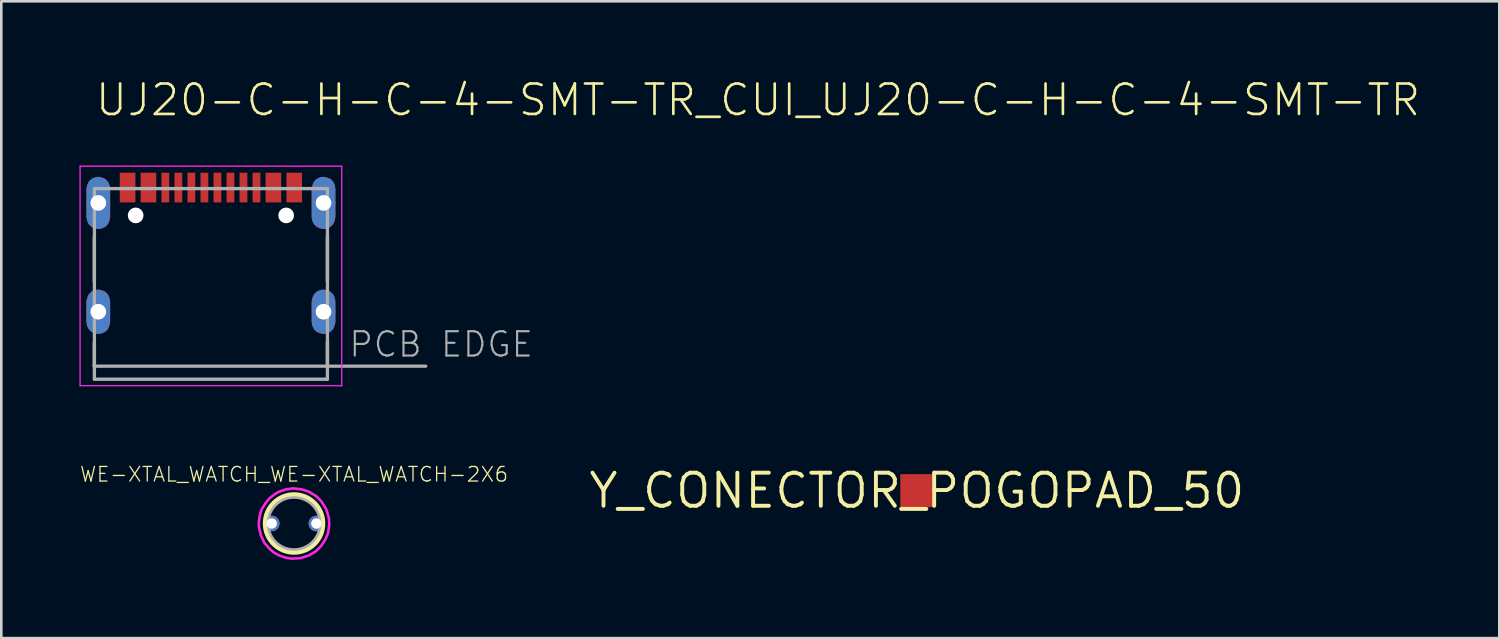
<source format=kicad_pcb>
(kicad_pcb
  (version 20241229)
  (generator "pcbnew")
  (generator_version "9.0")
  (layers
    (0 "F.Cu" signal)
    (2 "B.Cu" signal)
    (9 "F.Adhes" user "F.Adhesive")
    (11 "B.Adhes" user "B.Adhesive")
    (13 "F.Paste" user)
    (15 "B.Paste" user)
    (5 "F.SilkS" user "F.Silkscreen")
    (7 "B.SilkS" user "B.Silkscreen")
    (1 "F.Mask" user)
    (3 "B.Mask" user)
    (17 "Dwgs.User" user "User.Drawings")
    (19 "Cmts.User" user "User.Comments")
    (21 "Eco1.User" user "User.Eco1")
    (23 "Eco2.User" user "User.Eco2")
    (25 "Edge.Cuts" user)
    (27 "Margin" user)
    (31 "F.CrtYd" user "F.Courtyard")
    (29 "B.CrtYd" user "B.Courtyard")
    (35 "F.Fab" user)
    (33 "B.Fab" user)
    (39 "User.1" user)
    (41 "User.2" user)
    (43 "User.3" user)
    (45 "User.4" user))
  (footprint "UJ20-C-H-C-4-SMT-TR_CUI_UJ20-C-H-C-4-SMT-TR"
    (layer "F.Cu")
    (at 5.05 7.913)
    (property "Reference" "UJ20-C-H-C-4-SMT-TR_CUI_UJ20-C-H-C-4-SMT-TR" (at -4.5 -6.44 0) (unlocked yes) (layer "F.SilkS") (effects (font (size 1.168 1.168) (thickness 0.102)) (justify left bottom)))
    (fp_poly (pts (xy -4.184 -4.153) (xy -4.058 -4.088) (xy -3.957 -3.987) (xy -3.87 -3.721) (xy -3.87 -2.62) (xy -3.892 -2.479) (xy -3.957 -2.353) (xy -4.058 -2.252) (xy -4.325 -2.165) (xy -4.466 -2.187) (xy -4.592 -2.252) (xy -4.693 -2.353) (xy -4.78 -2.619) (xy -4.78 -3.72) (xy -4.758 -3.861) (xy -4.693 -3.987) (xy -4.592 -4.088) (xy -4.325 -4.175)) (stroke (width 0) (type default)) (fill yes) (layer "F.Cu"))
    (fp_poly (pts (xy -4.184 0.177) (xy -4.058 0.242) (xy -3.957 0.343) (xy -3.87 0.609) (xy -3.87 1.41) (xy -3.892 1.551) (xy -3.957 1.677) (xy -4.058 1.778) (xy -4.325 1.865) (xy -4.466 1.843) (xy -4.592 1.778) (xy -4.693 1.677) (xy -4.78 1.411) (xy -4.78 0.61) (xy -4.758 0.469) (xy -4.693 0.343) (xy -4.592 0.242) (xy -4.325 0.155)) (stroke (width 0) (type default)) (fill yes) (layer "F.Cu"))
    (fp_poly (pts (xy 4.466 -4.153) (xy 4.592 -4.088) (xy 4.693 -3.987) (xy 4.78 -3.721) (xy 4.78 -2.62) (xy 4.758 -2.479) (xy 4.693 -2.353) (xy 4.592 -2.252) (xy 4.325 -2.165) (xy 4.184 -2.187) (xy 4.058 -2.252) (xy 3.957 -2.353) (xy 3.87 -2.619) (xy 3.87 -3.72) (xy 3.892 -3.861) (xy 3.957 -3.987) (xy 4.058 -4.088) (xy 4.325 -4.175)) (stroke (width 0) (type default)) (fill yes) (layer "F.Cu"))
    (fp_poly (pts (xy 4.466 0.177) (xy 4.592 0.242) (xy 4.693 0.343) (xy 4.78 0.609) (xy 4.78 1.41) (xy 4.758 1.551) (xy 4.693 1.677) (xy 4.592 1.778) (xy 4.325 1.865) (xy 4.184 1.843) (xy 4.058 1.778) (xy 3.957 1.677) (xy 3.87 1.411) (xy 3.87 0.61) (xy 3.892 0.469) (xy 3.957 0.343) (xy 4.058 0.242) (xy 4.325 0.155)) (stroke (width 0) (type default)) (fill yes) (layer "F.Cu"))
    (fp_poly (pts (xy -3.55 -3.14) (xy -2.85 -3.14) (xy -2.85 -4.38) (xy -3.55 -4.38)) (stroke (width 0) (type default)) (fill yes) (layer "F.Mask"))
    (fp_poly (pts (xy -2.75 -3.14) (xy -2.05 -3.14) (xy -2.05 -4.38) (xy -2.75 -4.38)) (stroke (width 0) (type default)) (fill yes) (layer "F.Mask"))
    (fp_poly (pts (xy -1.95 -3.14) (xy -1.55 -3.14) (xy -1.55 -4.38) (xy -1.95 -4.38)) (stroke (width 0) (type default)) (fill yes) (layer "F.Mask"))
    (fp_poly (pts (xy -1.45 -3.14) (xy -1.05 -3.14) (xy -1.05 -4.38) (xy -1.45 -4.38)) (stroke (width 0) (type default)) (fill yes) (layer "F.Mask"))
    (fp_poly (pts (xy -0.95 -3.14) (xy -0.55 -3.14) (xy -0.55 -4.38) (xy -0.95 -4.38)) (stroke (width 0) (type default)) (fill yes) (layer "F.Mask"))
    (fp_poly (pts (xy -0.45 -3.14) (xy -0.05 -3.14) (xy -0.05 -4.38) (xy -0.45 -4.38)) (stroke (width 0) (type default)) (fill yes) (layer "F.Mask"))
    (fp_poly (pts (xy 0.05 -3.14) (xy 0.45 -3.14) (xy 0.45 -4.38) (xy 0.05 -4.38)) (stroke (width 0) (type default)) (fill yes) (layer "F.Mask"))
    (fp_poly (pts (xy 0.55 -3.14) (xy 0.95 -3.14) (xy 0.95 -4.38) (xy 0.55 -4.38)) (stroke (width 0) (type default)) (fill yes) (layer "F.Mask"))
    (fp_poly (pts (xy 1.05 -3.14) (xy 1.45 -3.14) (xy 1.45 -4.38) (xy 1.05 -4.38)) (stroke (width 0) (type default)) (fill yes) (layer "F.Mask"))
    (fp_poly (pts (xy 1.55 -3.14) (xy 1.95 -3.14) (xy 1.95 -4.38) (xy 1.55 -4.38)) (stroke (width 0) (type default)) (fill yes) (layer "F.Mask"))
    (fp_poly (pts (xy 2.05 -3.14) (xy 2.75 -3.14) (xy 2.75 -4.38) (xy 2.05 -4.38)) (stroke (width 0) (type default)) (fill yes) (layer "F.Mask"))
    (fp_poly (pts (xy 2.85 -3.14) (xy 3.55 -3.14) (xy 3.55 -4.38) (xy 2.85 -4.38)) (stroke (width 0) (type default)) (fill yes) (layer "F.Mask"))
    (fp_poly (pts (xy -4.181 -4.256) (xy -4.047 -4.201) (xy -3.933 -4.112) (xy -3.844 -3.998) (xy -3.789 -3.864) (xy -3.77 -3.72) (xy -3.77 -2.62) (xy -3.789 -2.476) (xy -3.844 -2.342) (xy -3.933 -2.228) (xy -4.047 -2.139) (xy -4.181 -2.084) (xy -4.325 -2.065) (xy -4.469 -2.084) (xy -4.603 -2.139) (xy -4.717 -2.228) (xy -4.806 -2.343) (xy -4.88 -2.619) (xy -4.88 -3.72) (xy -4.861 -3.864) (xy -4.806 -3.998) (xy -4.717 -4.112) (xy -4.602 -4.201) (xy -4.325 -4.275)) (stroke (width 0) (type default)) (fill yes) (layer "F.Mask"))
    (fp_poly (pts (xy -4.181 0.074) (xy -4.047 0.129) (xy -3.933 0.218) (xy -3.844 0.332) (xy -3.789 0.466) (xy -3.77 0.61) (xy -3.77 1.41) (xy -3.789 1.554) (xy -3.844 1.688) (xy -3.933 1.802) (xy -4.047 1.891) (xy -4.181 1.946) (xy -4.325 1.965) (xy -4.469 1.946) (xy -4.603 1.891) (xy -4.717 1.802) (xy -4.806 1.687) (xy -4.88 1.411) (xy -4.88 0.61) (xy -4.861 0.466) (xy -4.806 0.332) (xy -4.717 0.218) (xy -4.602 0.129) (xy -4.325 0.055)) (stroke (width 0) (type default)) (fill yes) (layer "F.Mask"))
    (fp_poly (pts (xy 4.469 -4.256) (xy 4.603 -4.201) (xy 4.717 -4.112) (xy 4.806 -3.998) (xy 4.861 -3.864) (xy 4.88 -3.72) (xy 4.88 -2.62) (xy 4.861 -2.476) (xy 4.806 -2.342) (xy 4.717 -2.228) (xy 4.603 -2.139) (xy 4.469 -2.084) (xy 4.325 -2.065) (xy 4.181 -2.084) (xy 4.047 -2.139) (xy 3.933 -2.228) (xy 3.844 -2.343) (xy 3.77 -2.619) (xy 3.77 -3.72) (xy 3.789 -3.864) (xy 3.844 -3.998) (xy 3.933 -4.112) (xy 4.048 -4.201) (xy 4.325 -4.275)) (stroke (width 0) (type default)) (fill yes) (layer "F.Mask"))
    (fp_poly (pts (xy 4.469 0.074) (xy 4.603 0.129) (xy 4.717 0.218) (xy 4.806 0.332) (xy 4.861 0.466) (xy 4.88 0.61) (xy 4.88 1.41) (xy 4.861 1.554) (xy 4.806 1.688) (xy 4.717 1.802) (xy 4.603 1.891) (xy 4.469 1.946) (xy 4.325 1.965) (xy 4.181 1.946) (xy 4.047 1.891) (xy 3.933 1.802) (xy 3.844 1.687) (xy 3.77 1.411) (xy 3.77 0.61) (xy 3.789 0.466) (xy 3.844 0.332) (xy 3.933 0.218) (xy 4.048 0.129) (xy 4.325 0.055)) (stroke (width 0) (type default)) (fill yes) (layer "F.Mask"))
    (fp_poly (pts (xy -4.058 -4.088) (xy -3.957 -3.987) (xy -3.892 -3.861) (xy -3.87 -3.72) (xy -3.87 -2.619) (xy -3.957 -2.353) (xy -4.058 -2.252) (xy -4.184 -2.187) (xy -4.325 -2.165) (xy -4.592 -2.252) (xy -4.693 -2.353) (xy -4.758 -2.479) (xy -4.78 -2.62) (xy -4.78 -3.721) (xy -4.693 -3.987) (xy -4.592 -4.088) (xy -4.466 -4.153) (xy -4.325 -4.175)) (stroke (width 0) (type default)) (fill yes) (layer "B.Cu"))
    (fp_poly (pts (xy -4.058 0.242) (xy -3.957 0.343) (xy -3.892 0.469) (xy -3.87 0.61) (xy -3.87 1.411) (xy -3.957 1.677) (xy -4.058 1.778) (xy -4.184 1.843) (xy -4.325 1.865) (xy -4.592 1.778) (xy -4.693 1.677) (xy -4.758 1.551) (xy -4.78 1.41) (xy -4.78 0.609) (xy -4.693 0.343) (xy -4.592 0.242) (xy -4.466 0.177) (xy -4.325 0.155)) (stroke (width 0) (type default)) (fill yes) (layer "B.Cu"))
    (fp_poly (pts (xy 4.592 -4.088) (xy 4.693 -3.987) (xy 4.758 -3.861) (xy 4.78 -3.72) (xy 4.78 -2.619) (xy 4.693 -2.353) (xy 4.592 -2.252) (xy 4.466 -2.187) (xy 4.325 -2.165) (xy 4.058 -2.252) (xy 3.957 -2.353) (xy 3.892 -2.479) (xy 3.87 -2.62) (xy 3.87 -3.721) (xy 3.957 -3.987) (xy 4.058 -4.088) (xy 4.184 -4.153) (xy 4.325 -4.175)) (stroke (width 0) (type default)) (fill yes) (layer "B.Cu"))
    (fp_poly (pts (xy 4.592 0.242) (xy 4.693 0.343) (xy 4.758 0.469) (xy 4.78 0.61) (xy 4.78 1.411) (xy 4.693 1.677) (xy 4.592 1.778) (xy 4.466 1.843) (xy 4.325 1.865) (xy 4.058 1.778) (xy 3.957 1.677) (xy 3.892 1.551) (xy 3.87 1.41) (xy 3.87 0.609) (xy 3.957 0.343) (xy 4.058 0.242) (xy 4.184 0.177) (xy 4.325 0.155)) (stroke (width 0) (type default)) (fill yes) (layer "B.Cu"))
    (fp_poly (pts (xy -4.181 -4.256) (xy -4.047 -4.201) (xy -3.933 -4.112) (xy -3.844 -3.998) (xy -3.789 -3.864) (xy -3.77 -3.72) (xy -3.77 -2.62) (xy -3.789 -2.476) (xy -3.844 -2.342) (xy -3.933 -2.228) (xy -4.047 -2.139) (xy -4.181 -2.084) (xy -4.325 -2.065) (xy -4.602 -2.139) (xy -4.717 -2.228) (xy -4.806 -2.342) (xy -4.861 -2.476) (xy -4.88 -2.62) (xy -4.88 -3.72) (xy -4.861 -3.864) (xy -4.806 -3.998) (xy -4.717 -4.112) (xy -4.603 -4.201) (xy -4.469 -4.256) (xy -4.325 -4.275)) (stroke (width 0) (type default)) (fill yes) (layer "B.Mask"))
    (fp_poly (pts (xy -4.181 0.074) (xy -4.047 0.129) (xy -3.933 0.218) (xy -3.844 0.332) (xy -3.789 0.466) (xy -3.77 0.61) (xy -3.77 1.41) (xy -3.789 1.554) (xy -3.844 1.688) (xy -3.933 1.802) (xy -4.047 1.891) (xy -4.181 1.946) (xy -4.325 1.965) (xy -4.602 1.891) (xy -4.717 1.802) (xy -4.806 1.688) (xy -4.861 1.554) (xy -4.88 1.41) (xy -4.88 0.61) (xy -4.861 0.466) (xy -4.806 0.332) (xy -4.717 0.218) (xy -4.603 0.129) (xy -4.469 0.074) (xy -4.325 0.055)) (stroke (width 0) (type default)) (fill yes) (layer "B.Mask"))
    (fp_poly (pts (xy 4.469 -4.256) (xy 4.603 -4.201) (xy 4.717 -4.112) (xy 4.806 -3.998) (xy 4.861 -3.864) (xy 4.88 -3.72) (xy 4.88 -2.62) (xy 4.861 -2.476) (xy 4.806 -2.342) (xy 4.717 -2.228) (xy 4.603 -2.139) (xy 4.469 -2.084) (xy 4.325 -2.065) (xy 4.048 -2.139) (xy 3.933 -2.228) (xy 3.844 -2.342) (xy 3.789 -2.476) (xy 3.77 -2.62) (xy 3.77 -3.72) (xy 3.789 -3.864) (xy 3.844 -3.998) (xy 3.933 -4.112) (xy 4.047 -4.201) (xy 4.181 -4.256) (xy 4.325 -4.275)) (stroke (width 0) (type default)) (fill yes) (layer "B.Mask"))
    (fp_poly (pts (xy 4.469 0.074) (xy 4.603 0.129) (xy 4.717 0.218) (xy 4.806 0.332) (xy 4.861 0.466) (xy 4.88 0.61) (xy 4.88 1.41) (xy 4.861 1.554) (xy 4.806 1.688) (xy 4.717 1.802) (xy 4.603 1.891) (xy 4.469 1.946) (xy 4.325 1.965) (xy 4.048 1.891) (xy 3.933 1.802) (xy 3.844 1.688) (xy 3.789 1.554) (xy 3.77 1.41) (xy 3.77 0.61) (xy 3.789 0.466) (xy 3.844 0.332) (xy 3.933 0.218) (xy 4.047 0.129) (xy 4.181 0.074) (xy 4.325 0.055)) (stroke (width 0) (type default)) (fill yes) (layer "B.Mask"))
    (fp_line (start -4.475 -0.16) (end -4.475 -1.85) (stroke (width 0.127) (type solid)) (layer "F.SilkS"))
    (fp_line (start -4.475 3.1) (end -4.475 2.18) (stroke (width 0.127) (type solid)) (layer "F.SilkS"))
    (fp_line (start 4.475 -0.16) (end 4.475 -1.85) (stroke (width 0.127) (type solid)) (layer "F.SilkS"))
    (fp_line (start 4.475 3.1) (end 4.475 2.18) (stroke (width 0.127) (type solid)) (layer "F.SilkS"))
    (fp_line (start -5.025 -4.58) (end 5.025 -4.58) (stroke (width 0.05) (type solid)) (layer "F.CrtYd"))
    (fp_line (start -5.025 3.85) (end -5.025 -4.58) (stroke (width 0.05) (type solid)) (layer "F.CrtYd"))
    (fp_line (start 5.025 -4.58) (end 5.025 3.85) (stroke (width 0.05) (type solid)) (layer "F.CrtYd"))
    (fp_line (start 5.025 3.85) (end -5.025 3.85) (stroke (width 0.05) (type solid)) (layer "F.CrtYd"))
    (fp_line (start -4.475 -3.72) (end 4.475 -3.72) (stroke (width 0.127) (type solid)) (layer "F.Fab"))
    (fp_line (start -4.475 3.1) (end -4.475 -3.72) (stroke (width 0.127) (type solid)) (layer "F.Fab"))
    (fp_line (start -4.475 3.1) (end 8.25 3.1) (stroke (width 0.127) (type solid)) (layer "F.Fab"))
    (fp_line (start -4.475 3.6) (end -4.475 3.1) (stroke (width 0.127) (type solid)) (layer "F.Fab"))
    (fp_line (start 4.475 -3.72) (end 4.475 3.6) (stroke (width 0.127) (type solid)) (layer "F.Fab"))
    (fp_line (start 4.475 3.6) (end -4.475 3.6) (stroke (width 0.127) (type solid)) (layer "F.Fab"))
    (fp_text user "PCB EDGE" (at 5.25 2.81 0) (unlocked yes) (layer "F.Fab") (effects (font (size 0.935 0.935) (thickness 0.081)) (justify left bottom)))
    (pad "" np_thru_hole circle (at -2.89 -2.69) (size 0.6 0.6) (drill 0.6) (layers "*.Cu" "*.Mask"))
    (pad "" np_thru_hole circle (at 2.89 -2.69) (size 0.6 0.6) (drill 0.6) (layers "*.Cu" "*.Mask"))
    (pad "A1_B12" smd rect (at -3.2 -3.76) (size 0.6 1.14) (layers "F.Cu" "F.Paste"))
    (pad "A4_B9" smd rect (at -2.4 -3.76) (size 0.6 1.14) (layers "F.Cu" "F.Paste"))
    (pad "A5" smd rect (at -1.25 -3.76) (size 0.3 1.14) (layers "F.Cu" "F.Paste"))
    (pad "A6" smd rect (at -0.25 -3.76) (size 0.3 1.14) (layers "F.Cu" "F.Paste"))
    (pad "A7" smd rect (at 0.25 -3.76) (size 0.3 1.14) (layers "F.Cu" "F.Paste"))
    (pad "A8" smd rect (at 1.25 -3.76) (size 0.3 1.14) (layers "F.Cu" "F.Paste"))
    (pad "A9_B4" smd rect (at 2.4 -3.76) (size 0.6 1.14) (layers "F.Cu" "F.Paste"))
    (pad "A12_B1" smd rect (at 3.2 -3.76) (size 0.6 1.14) (layers "F.Cu" "F.Paste"))
    (pad "B5" smd rect (at 1.75 -3.76) (size 0.3 1.14) (layers "F.Cu" "F.Paste"))
    (pad "B6" smd rect (at 0.75 -3.76) (size 0.3 1.14) (layers "F.Cu" "F.Paste"))
    (pad "B7" smd rect (at -0.75 -3.76) (size 0.3 1.14) (layers "F.Cu" "F.Paste"))
    (pad "B8" smd rect (at -1.75 -3.76) (size 0.3 1.14) (layers "F.Cu" "F.Paste"))
    (pad "SH1" thru_hole circle (at -4.325 1.01) (size 0.9 0.9) (drill 0.6) (layers "*.Cu"))
    (pad "SH2" thru_hole circle (at 4.325 1.01) (size 0.9 0.9) (drill 0.6) (layers "*.Cu"))
    (pad "SH3" thru_hole circle (at -4.325 -3.17) (size 0.9 0.9) (drill 0.6) (layers "*.Cu"))
    (pad "SH4" thru_hole circle (at 4.325 -3.17) (size 0.9 0.9) (drill 0.6) (layers "*.Cu")))
  (footprint "Y_CONECTOR_POGOPAD_50"
    (layer "F.Cu")
    (at 32.162 15.794)
    (property "Reference" "Y_CONECTOR_POGOPAD_50" (at 0 0 0) (layer "F.SilkS") (effects (font (size 1.27 1.27) (thickness 0.15))))
    (pad "P$1" smd rect (at 0 0) (size 1.27 1.27) (layers "F.Cu" "F.Mask" "F.Paste")))
  (footprint "WE-XTAL_WATCH_WE-XTAL_WATCH-2X6"
    (layer "F.Cu")
    (at 8.243 17.055)
    (property "Reference" "WE-XTAL_WATCH_WE-XTAL_WATCH-2X6" (at 0 -1.56 0) (unlocked yes) (layer "F.SilkS") (effects (font (size 0.561 0.561) (thickness 0.049)) (justify bottom)))
    (fp_circle (center 0 0) (end 1.1 0) (stroke (width 0.2) (type solid)) (fill no) (layer "F.SilkS"))
    (fp_poly (pts (xy 0.301 -1.309) (xy 0.561 -1.226) (xy 0.851 -1.05) (xy 1.039 -0.861) (xy 1.236 -0.551) (xy 1.34 -0.198) (xy 1.35 0.052) (xy 1.309 0.353) (xy 1.204 0.613) (xy 1.039 0.862) (xy 0.821 1.08) (xy 0.571 1.226) (xy 0.249 1.33) (xy -0.103 1.35) (xy -0.332 1.309) (xy -0.55 1.236) (xy -0.769 1.121) (xy -0.966 0.945) (xy -1.142 0.737) (xy -1.278 0.446) (xy -1.35 0.115) (xy -1.35 -0.074) (xy -1.319 -0.291) (xy -1.246 -0.541) (xy -1.091 -0.789) (xy -0.935 -0.976) (xy -0.763 -1.108) (xy -0.751 -1.12) (xy -0.591 -1.216) (xy -0.312 -1.309) (xy -0.031 -1.35)) (stroke (width 0.1) (type default)) (fill no) (layer "F.CrtYd"))
    (fp_circle (center 0 0) (end 1 0) (stroke (width 0.1) (type solid)) (fill no) (layer "F.Fab"))
    (pad "1" thru_hole circle (at -0.858 0) (size 0.6 0.6) (drill 0.4) (layers "*.Cu" "*.Mask"))
    (pad "2" thru_hole circle (at 0.858 0) (size 0.6 0.6) (drill 0.4) (layers "*.Cu" "*.Mask")))
  (gr_rect
    (start -3 -3)
    (end 54.53 21.456)
    (stroke (width 0.1) (type default))
    (fill no)
    (layer "Edge.Cuts")))
</source>
